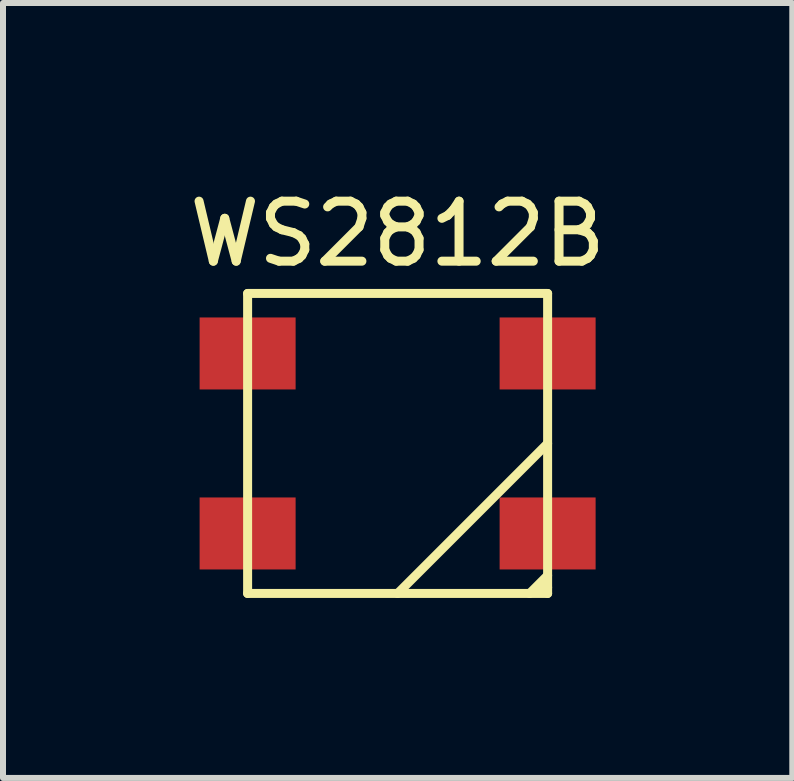
<source format=kicad_pcb>
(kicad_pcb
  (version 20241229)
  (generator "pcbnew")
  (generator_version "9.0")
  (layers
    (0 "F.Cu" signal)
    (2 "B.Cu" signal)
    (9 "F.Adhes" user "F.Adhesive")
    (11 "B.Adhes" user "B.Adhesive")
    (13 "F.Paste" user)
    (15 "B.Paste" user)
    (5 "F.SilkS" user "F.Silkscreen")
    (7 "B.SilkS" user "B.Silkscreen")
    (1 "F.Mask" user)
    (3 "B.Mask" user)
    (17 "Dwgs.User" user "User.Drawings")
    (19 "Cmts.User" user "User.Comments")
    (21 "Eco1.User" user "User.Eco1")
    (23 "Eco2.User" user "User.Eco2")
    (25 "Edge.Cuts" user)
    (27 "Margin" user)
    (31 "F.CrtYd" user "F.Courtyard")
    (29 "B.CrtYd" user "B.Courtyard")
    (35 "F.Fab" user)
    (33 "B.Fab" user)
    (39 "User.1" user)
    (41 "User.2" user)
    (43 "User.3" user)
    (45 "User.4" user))
  (footprint "WS2812B"
    (layer "F.Cu")
    (at 3.577 4.341)
    (property "Reference" "WS2812B" (at 0 -3.493 0) (layer "F.SilkS") (effects (font (size 1 1) (thickness 0.15))))
    (attr through_hole)
    (fp_line (start -2.5 -2.5) (end 2.5 -2.5) (stroke (width 0.15) (type solid)) (layer "F.SilkS"))
    (fp_line (start -2.5 2.5) (end -2.5 -2.5) (stroke (width 0.15) (type solid)) (layer "F.SilkS"))
    (fp_line (start -2.5 2.5) (end 2.5 2.5) (stroke (width 0.15) (type solid)) (layer "F.SilkS"))
    (fp_line (start 2.5 0) (end 0 2.5) (stroke (width 0.15) (type solid)) (layer "F.SilkS"))
    (fp_line (start 2.5 2.2) (end 2.2 2.5) (stroke (width 0.15) (type solid)) (layer "F.SilkS"))
    (fp_line (start 2.5 2.4) (end 2.4 2.4) (stroke (width 0.15) (type solid)) (layer "F.SilkS"))
    (fp_line (start 2.5 2.5) (end 2.5 -2.5) (stroke (width 0.15) (type solid)) (layer "F.SilkS"))
    (pad "1" smd rect (at -2.5 -1.5) (size 1.6 1.2) (layers "F.Cu" "F.Mask" "F.Paste"))
    (pad "2" smd rect (at -2.5 1.5) (size 1.6 1.2) (layers "F.Cu" "F.Mask" "F.Paste"))
    (pad "3" smd rect (at 2.5 1.5) (size 1.6 1.2) (layers "F.Cu" "F.Mask" "F.Paste"))
    (pad "4" smd rect (at 2.5 -1.5) (size 1.6 1.2) (layers "F.Cu" "F.Mask" "F.Paste")))
  (gr_rect
    (start -3 -3)
    (end 10.155 9.916)
    (stroke (width 0.1) (type default))
    (fill no)
    (layer "Edge.Cuts")))
</source>
